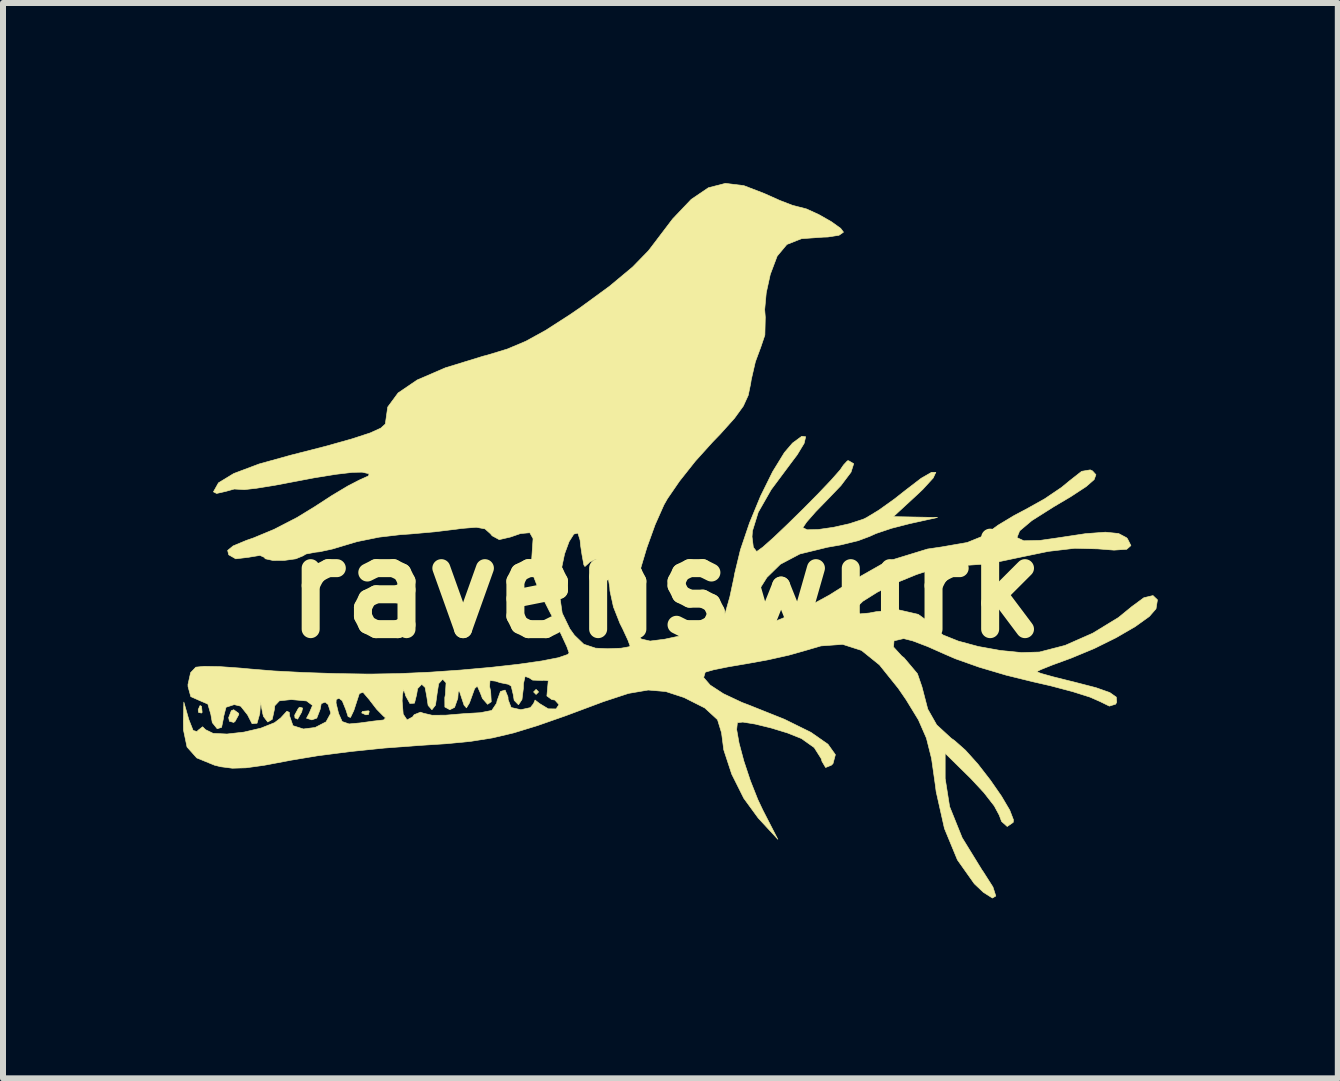
<source format=kicad_pcb>
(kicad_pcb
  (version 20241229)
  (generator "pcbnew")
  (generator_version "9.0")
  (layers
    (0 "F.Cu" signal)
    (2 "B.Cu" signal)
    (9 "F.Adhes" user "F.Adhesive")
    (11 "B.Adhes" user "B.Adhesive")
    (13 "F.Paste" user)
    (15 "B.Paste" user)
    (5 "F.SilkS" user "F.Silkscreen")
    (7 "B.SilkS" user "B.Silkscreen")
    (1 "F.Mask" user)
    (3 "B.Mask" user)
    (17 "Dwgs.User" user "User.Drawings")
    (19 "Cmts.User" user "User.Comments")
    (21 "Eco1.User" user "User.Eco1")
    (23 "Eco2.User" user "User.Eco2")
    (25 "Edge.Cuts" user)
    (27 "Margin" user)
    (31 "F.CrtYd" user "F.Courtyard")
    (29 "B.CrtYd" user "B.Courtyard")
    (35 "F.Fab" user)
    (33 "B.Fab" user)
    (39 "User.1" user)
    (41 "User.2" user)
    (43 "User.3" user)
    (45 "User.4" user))
  (footprint "ravenswurk"
    (layer "F.Cu")
    (at 8.041 6.743)
    (property "Reference" "ravenswurk" (at 0 0 0) (layer "F.SilkS") (effects (font (size 1.524 1.524) (thickness 0.3))))
    (attr through_hole)
    (fp_poly (pts (xy -2.117 1.736) (xy -2.159 1.778) (xy -2.201 1.736) (xy -2.159 1.693) (xy -2.117 1.736)) (stroke (width 0.01) (type solid)) (fill yes) (layer "F.SilkS"))
    (fp_poly (pts (xy -7.733 1.976) (xy -7.723 2.076) (xy -7.733 2.088) (xy -7.783 2.077) (xy -7.789 2.032) (xy -7.758 1.962) (xy -7.733 1.976)) (stroke (width 0.01) (type solid)) (fill yes) (layer "F.SilkS"))
    (fp_poly (pts (xy -4.939 2.06) (xy -4.951 2.111) (xy -4.995 2.117) (xy -5.065 2.086) (xy -5.052 2.06) (xy -4.951 2.05) (xy -4.939 2.06)) (stroke (width 0.01) (type solid)) (fill yes) (layer "F.SilkS"))
    (fp_poly (pts (xy -6.049 2.004) (xy -6.064 2.07) (xy -6.132 2.189) (xy -6.176 2.169) (xy -6.181 2.122) (xy -6.119 2.007) (xy -6.097 1.99) (xy -6.049 2.004)) (stroke (width 0.01) (type solid)) (fill yes) (layer "F.SilkS"))
    (fp_poly (pts (xy -7.114 2.093) (xy -7.112 2.112) (xy -7.174 2.226) (xy -7.197 2.244) (xy -7.269 2.224) (xy -7.281 2.164) (xy -7.237 2.048) (xy -7.197 2.032) (xy -7.114 2.093)) (stroke (width 0.01) (type solid)) (fill yes) (layer "F.SilkS"))
    (fp_poly (pts (xy 1.303 -6.7) (xy 1.641 -6.57) (xy 1.903 -6.453) (xy 2.11 -6.373) (xy 2.199 -6.35) (xy 2.346 -6.312) (xy 2.552 -6.218) (xy 2.761 -6.099) (xy 2.916 -5.988) (xy 2.963 -5.925) (xy 2.888 -5.873) (xy 2.701 -5.844) (xy 2.63 -5.842) (xy 2.263 -5.816) (xy 2.02 -5.72) (xy 1.858 -5.526) (xy 1.743 -5.221) (xy 1.676 -4.915) (xy 1.65 -4.634) (xy 1.66 -4.508) (xy 1.653 -4.21) (xy 1.586 -4.012) (xy 1.495 -3.766) (xy 1.426 -3.467) (xy 1.416 -3.4) (xy 1.376 -3.207) (xy 1.294 -3.027) (xy 1.146 -2.823) (xy 0.907 -2.557) (xy 0.781 -2.427) (xy 0.495 -2.11) (xy 0.231 -1.777) (xy 0.029 -1.483) (xy -0.029 -1.381) (xy -0.176 -1.05) (xy -0.315 -0.664) (xy -0.434 -0.266) (xy -0.521 0.099) (xy -0.564 0.387) (xy -0.558 0.537) (xy -0.493 0.741) (xy -0.406 0.854) (xy -0.259 0.888) (xy -0.014 0.857) (xy 0.235 0.803) (xy 0.545 0.72) (xy 0.794 0.629) (xy 0.931 0.55) (xy 0.935 0.546) (xy 0.997 0.408) (xy 1.069 0.153) (xy 1.138 -0.168) (xy 1.149 -0.232) (xy 1.246 -0.633) (xy 1.397 -1.08) (xy 1.582 -1.528) (xy 1.782 -1.933) (xy 1.978 -2.252) (xy 2.113 -2.41) (xy 2.268 -2.524) (xy 2.333 -2.516) (xy 2.307 -2.406) (xy 2.192 -2.216) (xy 2.103 -2.098) (xy 1.758 -1.635) (xy 1.542 -1.257) (xy 1.446 -0.947) (xy 1.439 -0.851) (xy 1.461 -0.674) (xy 1.515 -0.605) (xy 1.522 -0.607) (xy 1.62 -0.678) (xy 1.8 -0.838) (xy 2.033 -1.06) (xy 2.29 -1.312) (xy 2.541 -1.566) (xy 2.757 -1.793) (xy 2.907 -1.963) (xy 2.963 -2.045) (xy 3.028 -2.115) (xy 3.048 -2.117) (xy 3.133 -2.067) (xy 3.088 -1.925) (xy 2.919 -1.701) (xy 2.709 -1.482) (xy 2.499 -1.266) (xy 2.348 -1.094) (xy 2.286 -1.002) (xy 2.286 -1) (xy 2.359 -0.966) (xy 2.545 -0.971) (xy 2.795 -1.007) (xy 3.059 -1.066) (xy 3.286 -1.14) (xy 3.344 -1.167) (xy 3.552 -1.293) (xy 3.816 -1.482) (xy 3.991 -1.62) (xy 4.257 -1.824) (xy 4.431 -1.924) (xy 4.502 -1.924) (xy 4.457 -1.828) (xy 4.284 -1.639) (xy 4.204 -1.563) (xy 3.794 -1.185) (xy 4.162 -1.178) (xy 4.53 -1.171) (xy 4.064 -1.068) (xy 3.764 -0.991) (xy 3.505 -0.904) (xy 3.399 -0.856) (xy 3.206 -0.784) (xy 2.918 -0.714) (xy 2.695 -0.675) (xy 2.236 -0.563) (xy 1.912 -0.392) (xy 1.687 -0.172) (xy 1.535 0.07) (xy 1.464 0.299) (xy 1.482 0.481) (xy 1.599 0.583) (xy 1.675 0.593) (xy 1.841 0.552) (xy 2.104 0.444) (xy 2.416 0.292) (xy 2.731 0.12) (xy 3.002 -0.051) (xy 3.016 -0.06) (xy 3.674 -0.434) (xy 4.361 -0.645) (xy 4.598 -0.68) (xy 5.024 -0.754) (xy 5.3 -0.866) (xy 5.361 -0.913) (xy 5.539 -1.043) (xy 5.803 -1.202) (xy 6.011 -1.312) (xy 6.315 -1.482) (xy 6.596 -1.672) (xy 6.732 -1.784) (xy 6.931 -1.94) (xy 7.074 -1.964) (xy 7.112 -1.947) (xy 7.169 -1.884) (xy 7.139 -1.802) (xy 7.005 -1.685) (xy 6.75 -1.518) (xy 6.463 -1.348) (xy 6.101 -1.119) (xy 5.898 -0.948) (xy 5.853 -0.836) (xy 5.967 -0.783) (xy 6.238 -0.789) (xy 6.524 -0.83) (xy 6.994 -0.901) (xy 7.327 -0.926) (xy 7.546 -0.904) (xy 7.677 -0.835) (xy 7.694 -0.818) (xy 7.752 -0.703) (xy 7.682 -0.641) (xy 7.47 -0.627) (xy 7.2 -0.648) (xy 6.818 -0.658) (xy 6.375 -0.606) (xy 5.936 -0.515) (xy 5.576 -0.439) (xy 5.265 -0.391) (xy 5.048 -0.376) (xy 4.989 -0.383) (xy 4.794 -0.389) (xy 4.512 -0.329) (xy 4.181 -0.221) (xy 3.84 -0.082) (xy 3.528 0.073) (xy 3.284 0.226) (xy 3.148 0.36) (xy 3.133 0.41) (xy 3.206 0.438) (xy 3.393 0.421) (xy 3.507 0.399) (xy 3.882 0.368) (xy 4.208 0.443) (xy 4.442 0.611) (xy 4.49 0.683) (xy 4.622 0.787) (xy 4.877 0.889) (xy 5.211 0.979) (xy 5.577 1.045) (xy 5.931 1.08) (xy 6.227 1.071) (xy 6.231 1.07) (xy 6.656 0.96) (xy 7.118 0.756) (xy 7.544 0.496) (xy 7.768 0.313) (xy 7.968 0.166) (xy 8.12 0.13) (xy 8.194 0.201) (xy 8.17 0.351) (xy 8.058 0.479) (xy 7.824 0.647) (xy 7.505 0.832) (xy 7.139 1.013) (xy 6.761 1.17) (xy 6.71 1.189) (xy 6.442 1.287) (xy 6.252 1.363) (xy 6.181 1.399) (xy 6.256 1.428) (xy 6.457 1.484) (xy 6.741 1.555) (xy 6.795 1.568) (xy 7.17 1.665) (xy 7.4 1.746) (xy 7.508 1.822) (xy 7.515 1.906) (xy 7.498 1.939) (xy 7.393 1.972) (xy 7.236 1.895) (xy 7.07 1.822) (xy 6.782 1.731) (xy 6.416 1.634) (xy 6.119 1.566) (xy 5.672 1.456) (xy 5.22 1.322) (xy 4.828 1.183) (xy 4.657 1.109) (xy 4.364 0.979) (xy 4.117 0.885) (xy 3.967 0.847) (xy 3.963 0.847) (xy 3.805 0.884) (xy 3.796 0.987) (xy 3.934 1.138) (xy 3.972 1.167) (xy 4.195 1.432) (xy 4.271 1.653) (xy 4.367 2.022) (xy 4.516 2.285) (xy 4.757 2.507) (xy 4.819 2.551) (xy 4.995 2.707) (xy 5.201 2.936) (xy 5.409 3.204) (xy 5.595 3.472) (xy 5.733 3.706) (xy 5.795 3.867) (xy 5.791 3.909) (xy 5.691 3.978) (xy 5.597 3.894) (xy 5.558 3.789) (xy 5.475 3.635) (xy 5.304 3.415) (xy 5.084 3.178) (xy 4.657 2.758) (xy 4.657 3.178) (xy 4.731 3.646) (xy 4.94 4.165) (xy 5.272 4.705) (xy 5.292 4.733) (xy 5.453 4.986) (xy 5.501 5.136) (xy 5.444 5.17) (xy 5.293 5.074) (xy 5.143 4.932) (xy 4.861 4.534) (xy 4.645 4.011) (xy 4.507 3.397) (xy 4.492 3.28) (xy 4.43 2.844) (xy 4.345 2.506) (xy 4.212 2.202) (xy 4.006 1.865) (xy 3.876 1.676) (xy 3.562 1.285) (xy 3.263 1.044) (xy 2.949 0.943) (xy 2.588 0.969) (xy 2.311 1.05) (xy 2.053 1.123) (xy 1.704 1.201) (xy 1.356 1.264) (xy 1.044 1.317) (xy 0.798 1.367) (xy 0.665 1.405) (xy 0.659 1.408) (xy 0.633 1.496) (xy 0.742 1.622) (xy 0.963 1.766) (xy 1.271 1.911) (xy 1.382 1.953) (xy 1.978 2.191) (xy 2.42 2.409) (xy 2.704 2.607) (xy 2.828 2.781) (xy 2.788 2.93) (xy 2.76 2.957) (xy 2.665 2.995) (xy 2.604 2.891) (xy 2.593 2.849) (xy 2.475 2.663) (xy 2.262 2.512) (xy 2.032 2.42) (xy 1.757 2.336) (xy 1.491 2.271) (xy 1.286 2.238) (xy 1.195 2.248) (xy 1.183 2.362) (xy 1.223 2.589) (xy 1.303 2.888) (xy 1.411 3.214) (xy 1.535 3.527) (xy 1.618 3.703) (xy 1.869 4.191) (xy 1.542 3.837) (xy 1.302 3.508) (xy 1.101 3.106) (xy 0.968 2.701) (xy 0.931 2.416) (xy 0.864 2.198) (xy 0.652 2.003) (xy 0.307 1.829) (xy 0.001 1.729) (xy -0.291 1.704) (xy -0.619 1.76) (xy -1.036 1.897) (xy -1.076 1.912) (xy -1.665 2.132) (xy -2.137 2.297) (xy -2.532 2.418) (xy -2.888 2.502) (xy -3.247 2.559) (xy -3.646 2.598) (xy -4.127 2.629) (xy -4.149 2.631) (xy -4.688 2.671) (xy -5.262 2.73) (xy -5.803 2.8) (xy -6.246 2.874) (xy -6.265 2.878) (xy -6.689 2.958) (xy -6.992 3) (xy -7.219 3.007) (xy -7.413 2.982) (xy -7.518 2.956) (xy -7.813 2.835) (xy -7.975 2.653) (xy -8.034 2.37) (xy -8.036 2.228) (xy -8.028 1.905) (xy -7.945 2.196) (xy -7.873 2.378) (xy -7.808 2.396) (xy -7.793 2.377) (xy -7.715 2.316) (xy -7.666 2.365) (xy -7.54 2.426) (xy -7.309 2.437) (xy -7.026 2.405) (xy -6.744 2.339) (xy -6.516 2.248) (xy -6.415 2.17) (xy -6.311 2.057) (xy -6.271 2.076) (xy -6.267 2.133) (xy -6.21 2.298) (xy -6.036 2.353) (xy -5.84 2.328) (xy -5.658 2.234) (xy -5.579 2.089) (xy -5.624 1.945) (xy -5.655 1.92) (xy -5.492 1.92) (xy -5.455 2.073) (xy -5.447 2.101) (xy -5.39 2.229) (xy -5.275 2.269) (xy -5.09 2.252) (xy -4.864 2.221) (xy -4.711 2.204) (xy -4.699 2.203) (xy -4.668 2.168) (xy -4.704 2.137) (xy -4.815 2.024) (xy -4.923 1.884) (xy -4.391 1.884) (xy -4.373 2.106) (xy -4.309 2.202) (xy -4.216 2.152) (xy -4.19 2.115) (xy -4.085 2.073) (xy -4.038 2.09) (xy -3.892 2.124) (xy -3.667 2.123) (xy -3.642 2.121) (xy -3.352 2.097) (xy -3.09 2.082) (xy -2.897 2.044) (xy -2.816 1.923) (xy -2.809 1.884) (xy -2.752 1.728) (xy -2.675 1.705) (xy -2.627 1.82) (xy -2.625 1.863) (xy -2.575 1.995) (xy -2.413 2.032) (xy -2.254 1.997) (xy -2.201 1.93) (xy -2.176 1.871) (xy -2.1 1.93) (xy -1.956 2.017) (xy -1.826 2.019) (xy -1.778 1.947) (xy -1.846 1.871) (xy -1.897 1.863) (xy -1.979 1.803) (xy -1.968 1.679) (xy -1.956 1.548) (xy -2.038 1.541) (xy -2.05 1.545) (xy -2.216 1.539) (xy -2.276 1.5) (xy -2.342 1.477) (xy -2.369 1.597) (xy -2.371 1.676) (xy -2.394 1.862) (xy -2.45 1.947) (xy -2.455 1.947) (xy -2.524 1.876) (xy -2.54 1.778) (xy -2.573 1.64) (xy -2.618 1.609) (xy -2.759 1.581) (xy -2.834 1.556) (xy -2.927 1.545) (xy -2.934 1.644) (xy -2.916 1.725) (xy -2.906 1.9) (xy -2.967 1.942) (xy -3.053 1.844) (xy -3.086 1.757) (xy -3.138 1.639) (xy -3.183 1.68) (xy -3.187 1.693) (xy -3.269 1.919) (xy -3.319 2.001) (xy -3.359 1.956) (xy -3.39 1.863) (xy -3.437 1.72) (xy -3.456 1.735) (xy -3.463 1.841) (xy -3.517 1.993) (xy -3.596 2.032) (xy -3.679 1.987) (xy -3.68 1.831) (xy -3.67 1.778) (xy -3.659 1.584) (xy -3.715 1.524) (xy -3.782 1.598) (xy -3.81 1.775) (xy -3.81 1.778) (xy -3.835 1.956) (xy -3.894 2.032) (xy -3.895 2.032) (xy -3.958 1.96) (xy -3.979 1.82) (xy -4.008 1.661) (xy -4.064 1.609) (xy -4.133 1.68) (xy -4.149 1.778) (xy -4.185 1.923) (xy -4.262 1.928) (xy -4.333 1.798) (xy -4.343 1.757) (xy -4.368 1.694) (xy -4.386 1.794) (xy -4.391 1.884) (xy -4.923 1.884) (xy -4.934 1.869) (xy -5.042 1.742) (xy -5.103 1.762) (xy -5.111 1.785) (xy -5.196 2.046) (xy -5.251 2.161) (xy -5.291 2.147) (xy -5.328 2.032) (xy -5.389 1.882) (xy -5.444 1.841) (xy -5.489 1.863) (xy -5.492 1.92) (xy -5.655 1.92) (xy -5.673 1.905) (xy -5.739 1.931) (xy -5.757 2.027) (xy -5.813 2.172) (xy -5.895 2.201) (xy -5.984 2.174) (xy -5.938 2.088) (xy -5.884 1.96) (xy -5.983 1.886) (xy -6.237 1.863) (xy -6.436 1.884) (xy -6.513 1.966) (xy -6.519 2.027) (xy -6.555 2.193) (xy -6.63 2.237) (xy -6.701 2.144) (xy -6.713 2.097) (xy -6.75 1.905) (xy -6.762 2.095) (xy -6.808 2.257) (xy -6.891 2.265) (xy -6.967 2.117) (xy -7.081 1.973) (xy -7.189 1.947) (xy -7.325 1.991) (xy -7.366 2.151) (xy -7.366 2.166) (xy -7.399 2.326) (xy -7.472 2.349) (xy -7.554 2.247) (xy -7.578 2.109) (xy -7.628 1.938) (xy -7.768 1.878) (xy -7.912 1.814) (xy -7.958 1.647) (xy -7.959 1.612) (xy -7.915 1.414) (xy -7.828 1.323) (xy -7.689 1.309) (xy -7.428 1.314) (xy -7.09 1.338) (xy -6.917 1.354) (xy -6.529 1.386) (xy -6.033 1.412) (xy -5.49 1.43) (xy -4.961 1.438) (xy -4.911 1.438) (xy -4.439 1.43) (xy -3.93 1.407) (xy -3.411 1.371) (xy -2.909 1.326) (xy -2.453 1.275) (xy -2.069 1.22) (xy -1.786 1.165) (xy -1.63 1.111) (xy -1.609 1.086) (xy -1.646 0.981) (xy -1.745 0.767) (xy -1.888 0.484) (xy -1.94 0.384) (xy -2.075 0.116) (xy -1.768 0.116) (xy -1.724 0.422) (xy -1.597 0.684) (xy -1.52 0.791) (xy -1.364 0.941) (xy -1.169 1.006) (xy -0.968 1.016) (xy -0.742 1.007) (xy -0.609 0.983) (xy -0.593 0.97) (xy -0.628 0.874) (xy -0.716 0.684) (xy -0.762 0.593) (xy -0.87 0.319) (xy -0.928 0.053) (xy -0.931 -0.003) (xy -0.967 -0.226) (xy -1.056 -0.395) (xy -1.166 -0.474) (xy -1.269 -0.427) (xy -1.276 -0.416) (xy -1.345 -0.354) (xy -1.363 -0.381) (xy -1.393 -0.545) (xy -1.394 -0.55) (xy -1.417 -0.703) (xy -1.426 -0.794) (xy -1.463 -0.911) (xy -1.53 -0.894) (xy -1.609 -0.769) (xy -1.684 -0.565) (xy -1.738 -0.309) (xy -1.74 -0.292) (xy -1.768 0.116) (xy -2.075 0.116) (xy -2.11 0.047) (xy -2.204 -0.197) (xy -2.237 -0.397) (xy -2.225 -0.586) (xy -2.209 -0.819) (xy -2.264 -0.917) (xy -2.419 -0.903) (xy -2.587 -0.845) (xy -2.773 -0.802) (xy -2.891 -0.866) (xy -2.919 -0.9) (xy -3.01 -0.981) (xy -3.155 -1.008) (xy -3.404 -0.988) (xy -3.48 -0.977) (xy -3.849 -0.932) (xy -4.255 -0.896) (xy -4.417 -0.885) (xy -4.775 -0.843) (xy -5.139 -0.769) (xy -5.288 -0.725) (xy -5.551 -0.646) (xy -5.768 -0.599) (xy -5.831 -0.593) (xy -5.993 -0.562) (xy -6.044 -0.531) (xy -6.163 -0.482) (xy -6.352 -0.456) (xy -6.545 -0.455) (xy -6.671 -0.483) (xy -6.689 -0.507) (xy -6.759 -0.539) (xy -6.932 -0.511) (xy -6.938 -0.509) (xy -7.163 -0.482) (xy -7.28 -0.549) (xy -7.298 -0.622) (xy -7.207 -0.697) (xy -6.984 -0.79) (xy -6.868 -0.83) (xy -6.524 -0.973) (xy -6.139 -1.172) (xy -5.853 -1.347) (xy -5.562 -1.536) (xy -5.293 -1.697) (xy -5.105 -1.794) (xy -4.95 -1.864) (xy -4.943 -1.9) (xy -5.057 -1.926) (xy -5.216 -1.923) (xy -5.496 -1.89) (xy -5.855 -1.832) (xy -6.144 -1.777) (xy -6.513 -1.707) (xy -6.817 -1.658) (xy -7.02 -1.635) (xy -7.086 -1.639) (xy -7.188 -1.645) (xy -7.332 -1.605) (xy -7.482 -1.571) (xy -7.535 -1.598) (xy -7.451 -1.748) (xy -7.197 -1.903) (xy -6.775 -2.062) (xy -6.245 -2.209) (xy -5.659 -2.359) (xy -5.225 -2.481) (xy -4.925 -2.579) (xy -4.746 -2.66) (xy -4.672 -2.727) (xy -4.668 -2.751) (xy -4.631 -3.011) (xy -4.458 -3.246) (xy -4.14 -3.462) (xy -3.67 -3.665) (xy -3.039 -3.859) (xy -2.962 -3.879) (xy -2.637 -3.978) (xy -2.331 -4.107) (xy -2 -4.289) (xy -1.599 -4.547) (xy -1.418 -4.671) (xy -0.936 -5.023) (xy -0.551 -5.344) (xy -0.288 -5.614) (xy -0.241 -5.675) (xy 0.116 -6.145) (xy 0.426 -6.471) (xy 0.712 -6.665) (xy 0.996 -6.738) (xy 1.303 -6.7)) (stroke (width 0.01) (type solid)) (fill yes) (layer "F.SilkS")))
  (gr_rect
    (start -3 -3)
    (end 19.24 14.917)
    (stroke (width 0.1) (type default))
    (fill no)
    (layer "Edge.Cuts")))
</source>
